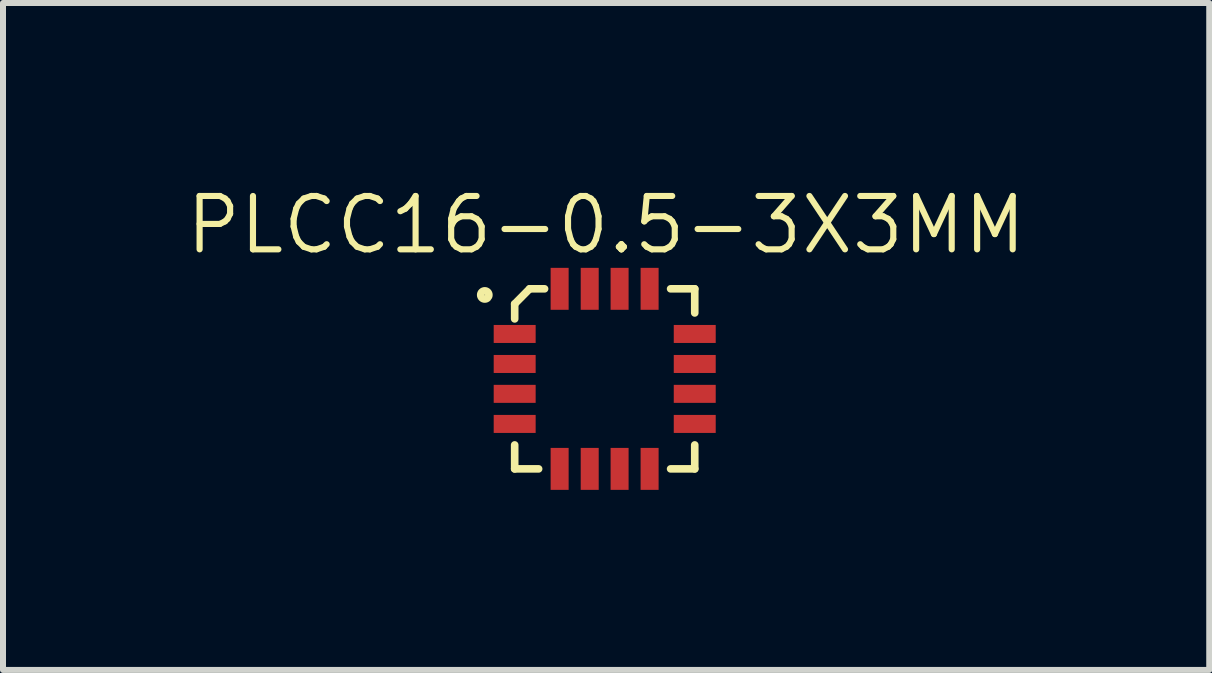
<source format=kicad_pcb>
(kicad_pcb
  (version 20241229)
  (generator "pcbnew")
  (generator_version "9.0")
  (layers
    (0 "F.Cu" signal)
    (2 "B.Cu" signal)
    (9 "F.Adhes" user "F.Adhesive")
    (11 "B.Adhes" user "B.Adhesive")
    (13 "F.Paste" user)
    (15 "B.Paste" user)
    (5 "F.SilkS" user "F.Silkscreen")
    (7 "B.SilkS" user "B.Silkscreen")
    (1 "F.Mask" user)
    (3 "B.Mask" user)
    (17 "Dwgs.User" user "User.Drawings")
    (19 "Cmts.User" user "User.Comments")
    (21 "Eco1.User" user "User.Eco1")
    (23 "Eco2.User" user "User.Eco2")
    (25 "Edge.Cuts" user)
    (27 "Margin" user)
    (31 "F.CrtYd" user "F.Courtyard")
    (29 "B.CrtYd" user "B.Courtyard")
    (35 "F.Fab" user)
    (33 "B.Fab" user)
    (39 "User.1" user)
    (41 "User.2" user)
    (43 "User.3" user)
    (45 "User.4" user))
  (footprint "PLCC16-0.5-3X3MM"
    (layer "F.Cu")
    (at 7.049 3.238)
    (property "Reference" "PLCC16-0.5-3X3MM" (at 0 -2.54 0) (layer "F.SilkS") (effects (font (size 0.889 0.889) (thickness 0.102))))
    (attr smd)
    (fp_line (start -1.524 -1.224) (end -1.524 -0.975) (stroke (width 0.127) (type solid)) (layer "F.SilkS"))
    (fp_line (start -1.524 1.524) (end -1.524 1.125) (stroke (width 0.127) (type solid)) (layer "F.SilkS"))
    (fp_line (start -1.275 -1.476) (end -1.524 -1.224) (stroke (width 0.127) (type solid)) (layer "F.SilkS"))
    (fp_line (start -1.125 1.524) (end -1.524 1.524) (stroke (width 0.127) (type solid)) (layer "F.SilkS"))
    (fp_line (start -1.026 -1.476) (end -1.275 -1.476) (stroke (width 0.127) (type solid)) (layer "F.SilkS"))
    (fp_line (start 1.074 -1.476) (end 1.476 -1.476) (stroke (width 0.127) (type solid)) (layer "F.SilkS"))
    (fp_line (start 1.476 -1.074) (end 1.476 -1.476) (stroke (width 0.127) (type solid)) (layer "F.SilkS"))
    (fp_line (start 1.476 1.125) (end 1.476 1.524) (stroke (width 0.127) (type solid)) (layer "F.SilkS"))
    (fp_line (start 1.476 1.524) (end 1.074 1.524) (stroke (width 0.127) (type solid)) (layer "F.SilkS"))
    (fp_circle (center -2.022 -1.374) (end -2.07 -1.422) (stroke (width 0.127) (type solid)) (fill no) (layer "F.SilkS"))
    (pad "1" smd rect (at -1.524 -0.724) (size 0.699 0.3) (layers "F.Cu" "F.Mask" "F.Paste"))
    (pad "2" smd rect (at -1.524 -0.224) (size 0.699 0.3) (layers "F.Cu" "F.Mask" "F.Paste"))
    (pad "3" smd rect (at -1.524 0.274) (size 0.699 0.3) (layers "F.Cu" "F.Mask" "F.Paste"))
    (pad "4" smd rect (at -1.524 0.775) (size 0.699 0.3) (layers "F.Cu" "F.Mask" "F.Paste"))
    (pad "5" smd rect (at -0.775 1.524 90) (size 0.699 0.3) (layers "F.Cu" "F.Mask" "F.Paste"))
    (pad "6" smd rect (at -0.274 1.524 90) (size 0.699 0.3) (layers "F.Cu" "F.Mask" "F.Paste"))
    (pad "7" smd rect (at 0.224 1.524 90) (size 0.699 0.3) (layers "F.Cu" "F.Mask" "F.Paste"))
    (pad "8" smd rect (at 0.724 1.524 90) (size 0.699 0.3) (layers "F.Cu" "F.Mask" "F.Paste"))
    (pad "9" smd rect (at 1.476 0.775) (size 0.699 0.3) (layers "F.Cu" "F.Mask" "F.Paste"))
    (pad "10" smd rect (at 1.476 0.274) (size 0.699 0.3) (layers "F.Cu" "F.Mask" "F.Paste"))
    (pad "11" smd rect (at 1.476 -0.224) (size 0.699 0.3) (layers "F.Cu" "F.Mask" "F.Paste"))
    (pad "12" smd rect (at 1.476 -0.724) (size 0.699 0.3) (layers "F.Cu" "F.Mask" "F.Paste"))
    (pad "13" smd rect (at 0.724 -1.476 90) (size 0.699 0.3) (layers "F.Cu" "F.Mask" "F.Paste"))
    (pad "14" smd rect (at 0.224 -1.476 90) (size 0.699 0.3) (layers "F.Cu" "F.Mask" "F.Paste"))
    (pad "15" smd rect (at -0.274 -1.476 90) (size 0.699 0.3) (layers "F.Cu" "F.Mask" "F.Paste"))
    (pad "16" smd rect (at -0.775 -1.476 90) (size 0.699 0.3) (layers "F.Cu" "F.Mask" "F.Paste")))
  (gr_rect
    (start -3 -3)
    (end 17.097 8.112)
    (stroke (width 0.1) (type default))
    (fill no)
    (layer "Edge.Cuts")))
</source>
